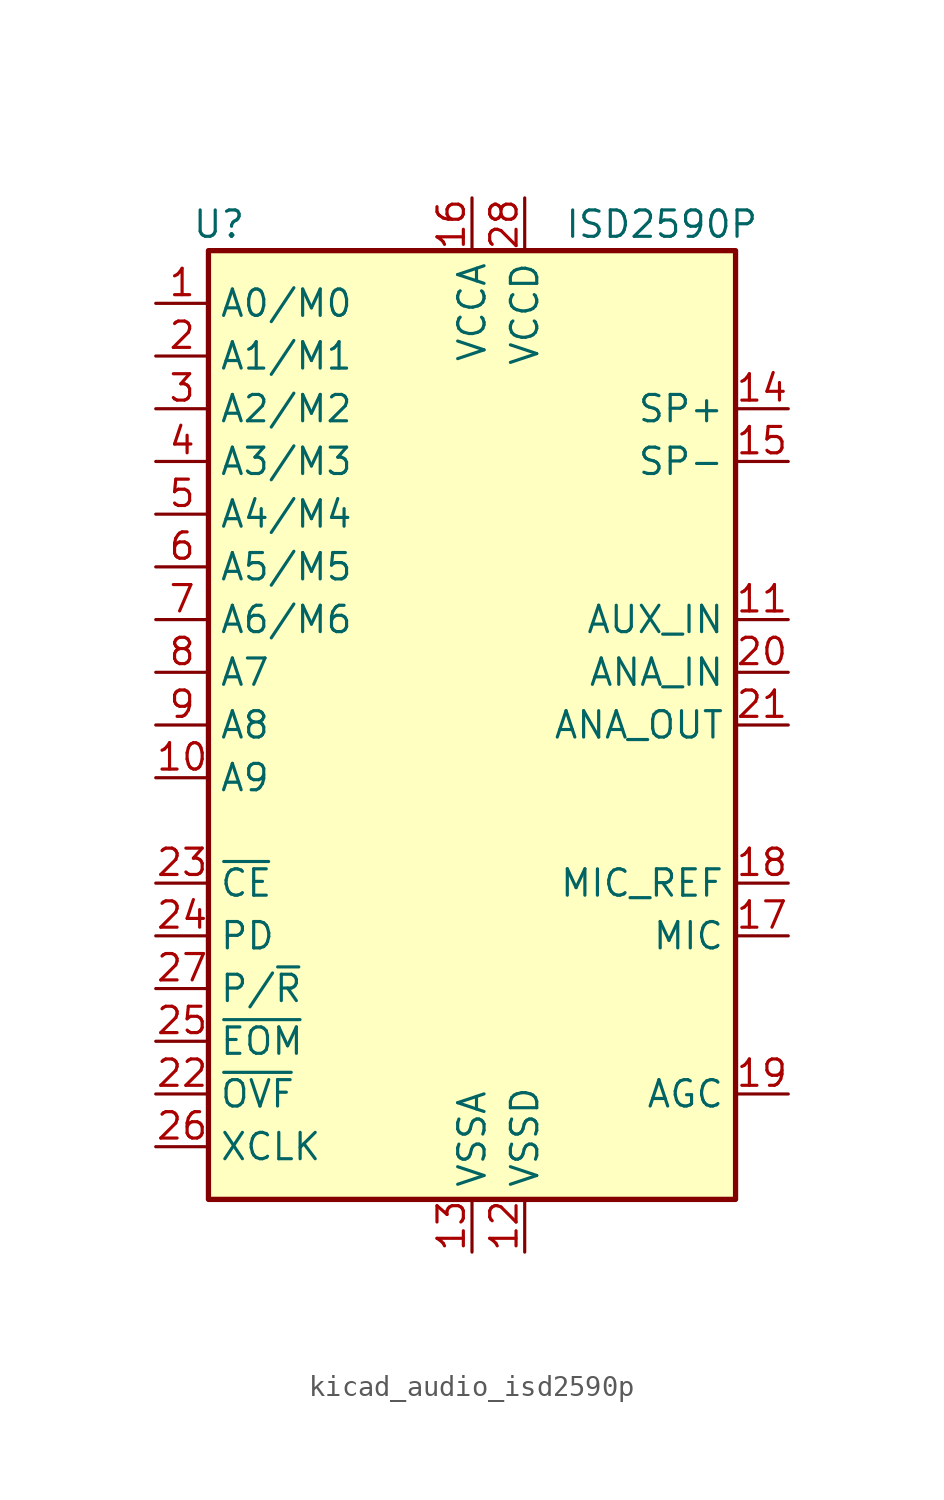
<source format=kicad_sym>
(kicad_symbol_lib
  (version 20220914)
  (generator kicad_symbol_editor)
  (symbol "kicad_audio_isd2590p"
    (property "Reference" "U"
      (at -12.192 24.13 0)
      (effects (font (size 1.27 1.27))))
    (property "Value" "ISD2590P"
      (at 9.144 24.13 0)
      (effects (font (size 1.27 1.27))))
    (symbol "kicad_audio_isd2590p_0_1"
      (rectangle (start -12.7 22.86) (end 12.7 -22.86) (stroke (width 0.254) (type default)) (fill (type background))))
    (symbol "kicad_audio_isd2590p_1_1"
      (pin input line (at -15.24 20.32 0) (length 2.54) (name "A0/M0" (effects (font (size 1.27 1.27)))) (number "1" (effects (font (size 1.27 1.27)))))
      (pin input line (at -15.24 -2.54 0) (length 2.54) (name "A9" (effects (font (size 1.27 1.27)))) (number "10" (effects (font (size 1.27 1.27)))))
      (pin input line (at 15.24 5.08 180) (length 2.54) (name "AUX_IN" (effects (font (size 1.27 1.27)))) (number "11" (effects (font (size 1.27 1.27)))))
      (pin power_in line (at 2.54 -25.4 90) (length 2.54) (name "VSSD" (effects (font (size 1.27 1.27)))) (number "12" (effects (font (size 1.27 1.27)))))
      (pin power_in line (at 0 -25.4 90) (length 2.54) (name "VSSA" (effects (font (size 1.27 1.27)))) (number "13" (effects (font (size 1.27 1.27)))))
      (pin output line (at 15.24 15.24 180) (length 2.54) (name "SP+" (effects (font (size 1.27 1.27)))) (number "14" (effects (font (size 1.27 1.27)))))
      (pin output line (at 15.24 12.7 180) (length 2.54) (name "SP-" (effects (font (size 1.27 1.27)))) (number "15" (effects (font (size 1.27 1.27)))))
      (pin power_in line (at 0 25.4 270) (length 2.54) (name "VCCA" (effects (font (size 1.27 1.27)))) (number "16" (effects (font (size 1.27 1.27)))))
      (pin input line (at 15.24 -10.16 180) (length 2.54) (name "MIC" (effects (font (size 1.27 1.27)))) (number "17" (effects (font (size 1.27 1.27)))))
      (pin passive line (at 15.24 -7.62 180) (length 2.54) (name "MIC_REF" (effects (font (size 1.27 1.27)))) (number "18" (effects (font (size 1.27 1.27)))))
      (pin passive line (at 15.24 -17.78 180) (length 2.54) (name "AGC" (effects (font (size 1.27 1.27)))) (number "19" (effects (font (size 1.27 1.27)))))
      (pin input line (at -15.24 17.78 0) (length 2.54) (name "A1/M1" (effects (font (size 1.27 1.27)))) (number "2" (effects (font (size 1.27 1.27)))))
      (pin input line (at 15.24 2.54 180) (length 2.54) (name "ANA_IN" (effects (font (size 1.27 1.27)))) (number "20" (effects (font (size 1.27 1.27)))))
      (pin output line (at 15.24 0 180) (length 2.54) (name "ANA_OUT" (effects (font (size 1.27 1.27)))) (number "21" (effects (font (size 1.27 1.27)))))
      (pin output line (at -15.24 -17.78 0) (length 2.54) (name "~{OVF}" (effects (font (size 1.27 1.27)))) (number "22" (effects (font (size 1.27 1.27)))))
      (pin input line (at -15.24 -7.62 0) (length 2.54) (name "~{CE}" (effects (font (size 1.27 1.27)))) (number "23" (effects (font (size 1.27 1.27)))))
      (pin input line (at -15.24 -10.16 0) (length 2.54) (name "PD" (effects (font (size 1.27 1.27)))) (number "24" (effects (font (size 1.27 1.27)))))
      (pin output line (at -15.24 -15.24 0) (length 2.54) (name "~{EOM}" (effects (font (size 1.27 1.27)))) (number "25" (effects (font (size 1.27 1.27)))))
      (pin input line (at -15.24 -20.32 0) (length 2.54) (name "XCLK" (effects (font (size 1.27 1.27)))) (number "26" (effects (font (size 1.27 1.27)))))
      (pin input line (at -15.24 -12.7 0) (length 2.54) (name "P/~{R}" (effects (font (size 1.27 1.27)))) (number "27" (effects (font (size 1.27 1.27)))))
      (pin power_in line (at 2.54 25.4 270) (length 2.54) (name "VCCD" (effects (font (size 1.27 1.27)))) (number "28" (effects (font (size 1.27 1.27)))))
      (pin input line (at -15.24 15.24 0) (length 2.54) (name "A2/M2" (effects (font (size 1.27 1.27)))) (number "3" (effects (font (size 1.27 1.27)))))
      (pin input line (at -15.24 12.7 0) (length 2.54) (name "A3/M3" (effects (font (size 1.27 1.27)))) (number "4" (effects (font (size 1.27 1.27)))))
      (pin input line (at -15.24 10.16 0) (length 2.54) (name "A4/M4" (effects (font (size 1.27 1.27)))) (number "5" (effects (font (size 1.27 1.27)))))
      (pin input line (at -15.24 7.62 0) (length 2.54) (name "A5/M5" (effects (font (size 1.27 1.27)))) (number "6" (effects (font (size 1.27 1.27)))))
      (pin input line (at -15.24 5.08 0) (length 2.54) (name "A6/M6" (effects (font (size 1.27 1.27)))) (number "7" (effects (font (size 1.27 1.27)))))
      (pin input line (at -15.24 2.54 0) (length 2.54) (name "A7" (effects (font (size 1.27 1.27)))) (number "8" (effects (font (size 1.27 1.27)))))
      (pin input line (at -15.24 0 0) (length 2.54) (name "A8" (effects (font (size 1.27 1.27)))) (number "9" (effects (font (size 1.27 1.27))))))))
</source>
